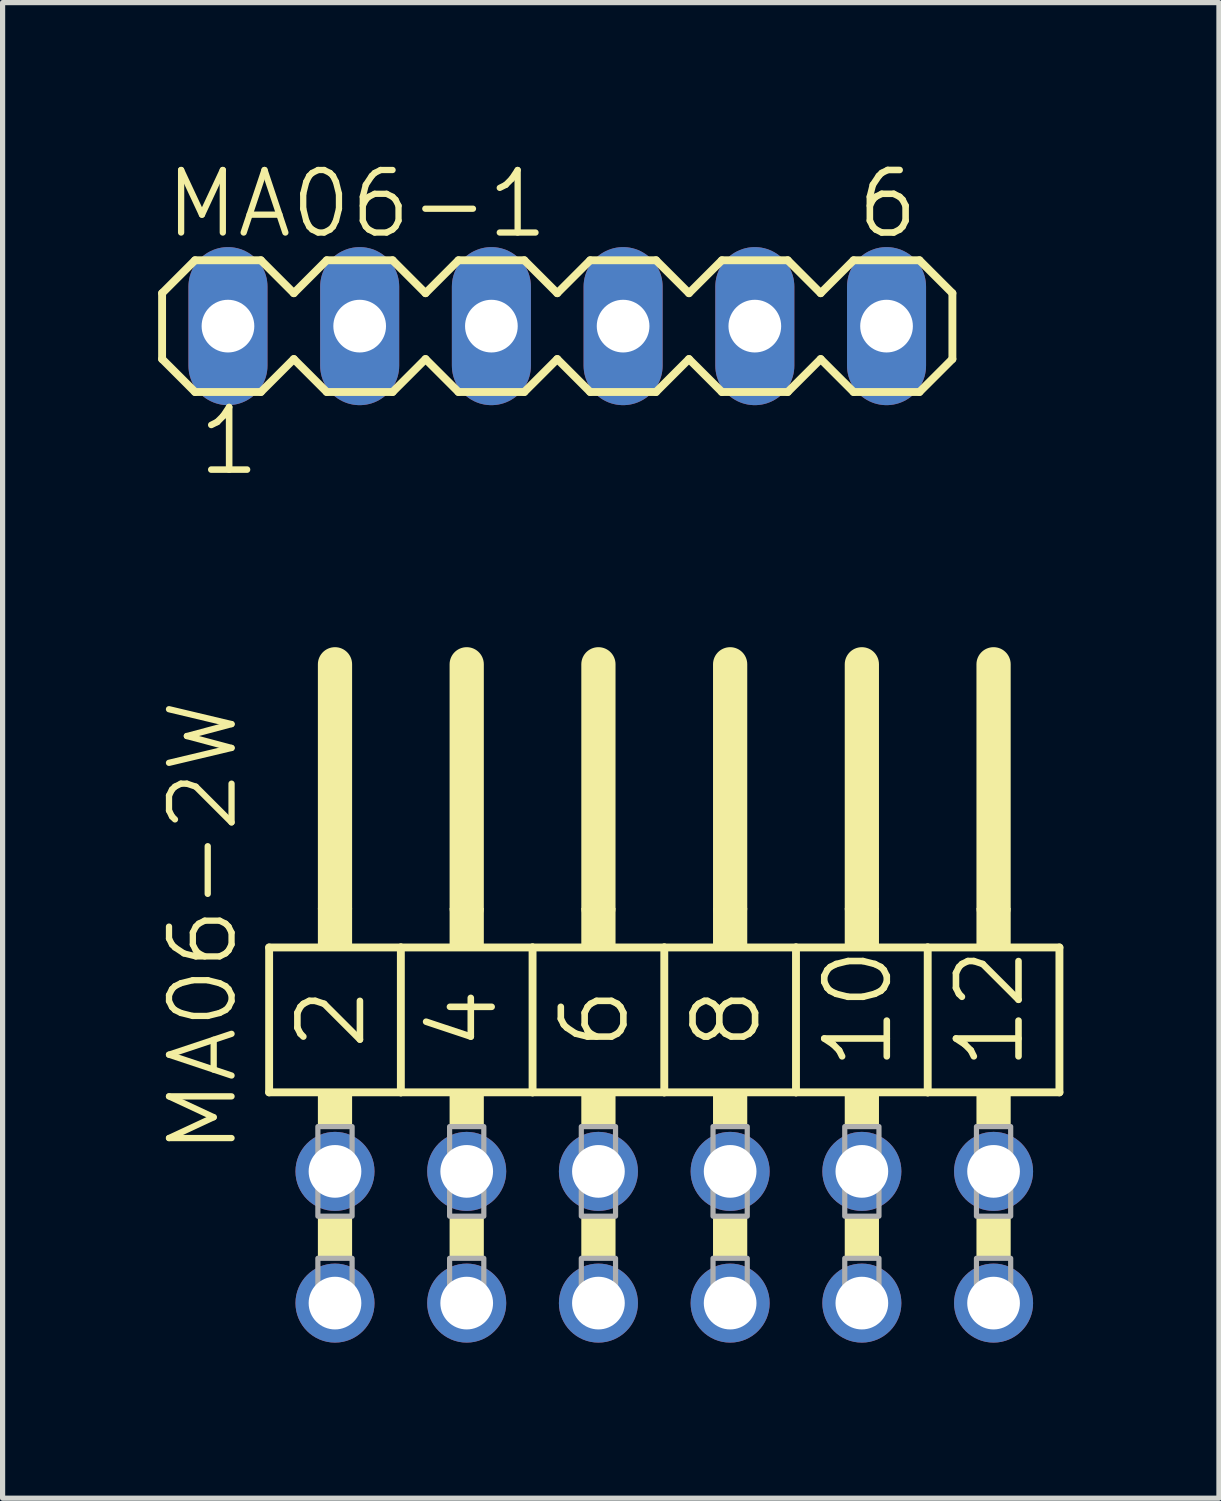
<source format=kicad_pcb>
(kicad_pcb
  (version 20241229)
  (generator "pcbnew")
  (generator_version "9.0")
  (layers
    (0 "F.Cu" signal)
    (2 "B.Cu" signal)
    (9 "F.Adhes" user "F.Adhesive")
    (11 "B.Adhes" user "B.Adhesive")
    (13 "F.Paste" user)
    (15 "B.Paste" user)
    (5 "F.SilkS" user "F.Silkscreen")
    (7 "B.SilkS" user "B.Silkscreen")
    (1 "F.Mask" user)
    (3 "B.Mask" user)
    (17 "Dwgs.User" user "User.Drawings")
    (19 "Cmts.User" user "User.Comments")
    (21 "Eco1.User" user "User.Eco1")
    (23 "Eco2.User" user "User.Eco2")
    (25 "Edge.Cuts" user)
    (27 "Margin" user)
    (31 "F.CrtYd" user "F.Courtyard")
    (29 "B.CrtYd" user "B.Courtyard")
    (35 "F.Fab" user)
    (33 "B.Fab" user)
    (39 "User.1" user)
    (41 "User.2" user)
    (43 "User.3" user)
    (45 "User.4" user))
  (footprint "MA06-1"
    (layer "F.Cu")
    (at 7.696 3.239)
    (property "Reference" "MA06-1" (at -7.62 -1.651 180) (layer "F.SilkS") (effects (font (size 1.206 1.206) (thickness 0.121)) (justify left bottom)))
    (attr through_hole)
    (fp_line (start -7.62 -0.635) (end -7.62 0.635) (stroke (width 0.152) (type solid)) (layer "F.SilkS"))
    (fp_line (start -7.62 0.635) (end -6.985 1.27) (stroke (width 0.152) (type solid)) (layer "F.SilkS"))
    (fp_line (start -6.985 -1.27) (end -7.62 -0.635) (stroke (width 0.152) (type solid)) (layer "F.SilkS"))
    (fp_line (start -6.985 -1.27) (end -5.715 -1.27) (stroke (width 0.152) (type solid)) (layer "F.SilkS"))
    (fp_line (start -5.715 -1.27) (end -5.08 -0.635) (stroke (width 0.152) (type solid)) (layer "F.SilkS"))
    (fp_line (start -5.715 1.27) (end -6.985 1.27) (stroke (width 0.152) (type solid)) (layer "F.SilkS"))
    (fp_line (start -5.08 -0.635) (end -4.445 -1.27) (stroke (width 0.152) (type solid)) (layer "F.SilkS"))
    (fp_line (start -5.08 0.635) (end -5.715 1.27) (stroke (width 0.152) (type solid)) (layer "F.SilkS"))
    (fp_line (start -4.445 -1.27) (end -3.175 -1.27) (stroke (width 0.152) (type solid)) (layer "F.SilkS"))
    (fp_line (start -4.445 1.27) (end -5.08 0.635) (stroke (width 0.152) (type solid)) (layer "F.SilkS"))
    (fp_line (start -3.175 -1.27) (end -2.54 -0.635) (stroke (width 0.152) (type solid)) (layer "F.SilkS"))
    (fp_line (start -3.175 1.27) (end -4.445 1.27) (stroke (width 0.152) (type solid)) (layer "F.SilkS"))
    (fp_line (start -2.54 -0.635) (end -1.905 -1.27) (stroke (width 0.152) (type solid)) (layer "F.SilkS"))
    (fp_line (start -2.54 0.635) (end -3.175 1.27) (stroke (width 0.152) (type solid)) (layer "F.SilkS"))
    (fp_line (start -1.905 -1.27) (end -0.635 -1.27) (stroke (width 0.152) (type solid)) (layer "F.SilkS"))
    (fp_line (start -1.905 1.27) (end -2.54 0.635) (stroke (width 0.152) (type solid)) (layer "F.SilkS"))
    (fp_line (start -0.635 -1.27) (end 0 -0.635) (stroke (width 0.152) (type solid)) (layer "F.SilkS"))
    (fp_line (start -0.635 1.27) (end -1.905 1.27) (stroke (width 0.152) (type solid)) (layer "F.SilkS"))
    (fp_line (start 0 0.635) (end -0.635 1.27) (stroke (width 0.152) (type solid)) (layer "F.SilkS"))
    (fp_line (start 0 0.635) (end 0.635 1.27) (stroke (width 0.152) (type solid)) (layer "F.SilkS"))
    (fp_line (start 0.635 -1.27) (end 0 -0.635) (stroke (width 0.152) (type solid)) (layer "F.SilkS"))
    (fp_line (start 0.635 -1.27) (end 1.905 -1.27) (stroke (width 0.152) (type solid)) (layer "F.SilkS"))
    (fp_line (start 1.905 -1.27) (end 2.54 -0.635) (stroke (width 0.152) (type solid)) (layer "F.SilkS"))
    (fp_line (start 1.905 1.27) (end 0.635 1.27) (stroke (width 0.152) (type solid)) (layer "F.SilkS"))
    (fp_line (start 2.54 -0.635) (end 3.175 -1.27) (stroke (width 0.152) (type solid)) (layer "F.SilkS"))
    (fp_line (start 2.54 0.635) (end 1.905 1.27) (stroke (width 0.152) (type solid)) (layer "F.SilkS"))
    (fp_line (start 3.175 -1.27) (end 4.445 -1.27) (stroke (width 0.152) (type solid)) (layer "F.SilkS"))
    (fp_line (start 3.175 1.27) (end 2.54 0.635) (stroke (width 0.152) (type solid)) (layer "F.SilkS"))
    (fp_line (start 4.445 -1.27) (end 5.08 -0.635) (stroke (width 0.152) (type solid)) (layer "F.SilkS"))
    (fp_line (start 4.445 1.27) (end 3.175 1.27) (stroke (width 0.152) (type solid)) (layer "F.SilkS"))
    (fp_line (start 5.08 -0.635) (end 5.715 -1.27) (stroke (width 0.152) (type solid)) (layer "F.SilkS"))
    (fp_line (start 5.08 0.635) (end 4.445 1.27) (stroke (width 0.152) (type solid)) (layer "F.SilkS"))
    (fp_line (start 5.715 -1.27) (end 6.985 -1.27) (stroke (width 0.152) (type solid)) (layer "F.SilkS"))
    (fp_line (start 5.715 1.27) (end 5.08 0.635) (stroke (width 0.152) (type solid)) (layer "F.SilkS"))
    (fp_line (start 6.985 -1.27) (end 7.62 -0.635) (stroke (width 0.152) (type solid)) (layer "F.SilkS"))
    (fp_line (start 6.985 1.27) (end 5.715 1.27) (stroke (width 0.152) (type solid)) (layer "F.SilkS"))
    (fp_line (start 7.62 -0.635) (end 7.62 0.635) (stroke (width 0.152) (type solid)) (layer "F.SilkS"))
    (fp_line (start 7.62 0.635) (end 6.985 1.27) (stroke (width 0.152) (type solid)) (layer "F.SilkS"))
    (fp_poly (pts (xy -6.604 0.254) (xy -6.096 0.254) (xy -6.096 -0.254) (xy -6.604 -0.254)) (stroke (width 0.1) (type solid)) (fill no) (layer "F.Fab"))
    (fp_poly (pts (xy -4.064 0.254) (xy -3.556 0.254) (xy -3.556 -0.254) (xy -4.064 -0.254)) (stroke (width 0.1) (type solid)) (fill no) (layer "F.Fab"))
    (fp_poly (pts (xy -1.524 0.254) (xy -1.016 0.254) (xy -1.016 -0.254) (xy -1.524 -0.254)) (stroke (width 0.1) (type solid)) (fill no) (layer "F.Fab"))
    (fp_poly (pts (xy 1.016 0.254) (xy 1.524 0.254) (xy 1.524 -0.254) (xy 1.016 -0.254)) (stroke (width 0.1) (type solid)) (fill no) (layer "F.Fab"))
    (fp_poly (pts (xy 3.556 0.254) (xy 4.064 0.254) (xy 4.064 -0.254) (xy 3.556 -0.254)) (stroke (width 0.1) (type solid)) (fill no) (layer "F.Fab"))
    (fp_poly (pts (xy 6.096 0.254) (xy 6.604 0.254) (xy 6.604 -0.254) (xy 6.096 -0.254)) (stroke (width 0.1) (type solid)) (fill no) (layer "F.Fab"))
    (fp_text user "1" (at -6.985 2.921 0) (layer "F.SilkS") (effects (font (size 1.206 1.206) (thickness 0.127)) (justify left bottom)))
    (fp_text user "6" (at 5.715 -1.651 0) (layer "F.SilkS") (effects (font (size 1.206 1.206) (thickness 0.127)) (justify left bottom)))
    (pad "1" thru_hole oval (at -6.35 0 90) (size 3.048 1.524) (drill 1.016) (layers "*.Cu" "*.Mask"))
    (pad "2" thru_hole oval (at -3.81 0 90) (size 3.048 1.524) (drill 1.016) (layers "*.Cu" "*.Mask"))
    (pad "3" thru_hole oval (at -1.27 0 90) (size 3.048 1.524) (drill 1.016) (layers "*.Cu" "*.Mask"))
    (pad "4" thru_hole oval (at 1.27 0 90) (size 3.048 1.524) (drill 1.016) (layers "*.Cu" "*.Mask"))
    (pad "5" thru_hole oval (at 3.81 0 90) (size 3.048 1.524) (drill 1.016) (layers "*.Cu" "*.Mask"))
    (pad "6" thru_hole oval (at 6.35 0 90) (size 3.048 1.524) (drill 1.016) (layers "*.Cu" "*.Mask")))
  (footprint "MA06-2W"
    (layer "F.Cu")
    (at 9.76 20.809)
    (property "Reference" "MA06-2W" (at -8.191 -1.546 90) (layer "F.SilkS") (effects (font (size 1.206 1.206) (thickness 0.121)) (justify left bottom)))
    (attr through_hole)
    (fp_line (start -7.62 -5.588) (end -5.08 -5.588) (stroke (width 0.152) (type solid)) (layer "F.SilkS"))
    (fp_line (start -7.62 -2.794) (end -7.62 -5.588) (stroke (width 0.152) (type solid)) (layer "F.SilkS"))
    (fp_line (start -6.35 -6.35) (end -6.35 -11.049) (stroke (width 0.66) (type solid)) (layer "F.SilkS"))
    (fp_line (start -5.08 -5.588) (end -2.54 -5.588) (stroke (width 0.152) (type solid)) (layer "F.SilkS"))
    (fp_line (start -5.08 -2.794) (end -7.62 -2.794) (stroke (width 0.152) (type solid)) (layer "F.SilkS"))
    (fp_line (start -5.08 -2.794) (end -5.08 -5.588) (stroke (width 0.152) (type solid)) (layer "F.SilkS"))
    (fp_line (start -5.08 -2.794) (end -2.54 -2.794) (stroke (width 0.152) (type solid)) (layer "F.SilkS"))
    (fp_line (start -3.81 -6.35) (end -3.81 -11.049) (stroke (width 0.66) (type solid)) (layer "F.SilkS"))
    (fp_line (start -2.54 -5.588) (end 0 -5.588) (stroke (width 0.152) (type solid)) (layer "F.SilkS"))
    (fp_line (start -2.54 -2.794) (end -2.54 -5.588) (stroke (width 0.152) (type solid)) (layer "F.SilkS"))
    (fp_line (start -1.27 -6.35) (end -1.27 -11.049) (stroke (width 0.66) (type solid)) (layer "F.SilkS"))
    (fp_line (start 0 -5.588) (end 2.54 -5.588) (stroke (width 0.152) (type solid)) (layer "F.SilkS"))
    (fp_line (start 0 -2.794) (end -2.54 -2.794) (stroke (width 0.152) (type solid)) (layer "F.SilkS"))
    (fp_line (start 0 -2.794) (end 0 -5.588) (stroke (width 0.152) (type solid)) (layer "F.SilkS"))
    (fp_line (start 1.27 -6.35) (end 1.27 -11.049) (stroke (width 0.66) (type solid)) (layer "F.SilkS"))
    (fp_line (start 2.54 -5.588) (end 5.08 -5.588) (stroke (width 0.152) (type solid)) (layer "F.SilkS"))
    (fp_line (start 2.54 -2.794) (end 0 -2.794) (stroke (width 0.152) (type solid)) (layer "F.SilkS"))
    (fp_line (start 2.54 -2.794) (end 2.54 -5.588) (stroke (width 0.152) (type solid)) (layer "F.SilkS"))
    (fp_line (start 3.81 -6.35) (end 3.81 -11.049) (stroke (width 0.66) (type solid)) (layer "F.SilkS"))
    (fp_line (start 5.08 -5.588) (end 7.62 -5.588) (stroke (width 0.152) (type solid)) (layer "F.SilkS"))
    (fp_line (start 5.08 -2.794) (end 2.54 -2.794) (stroke (width 0.152) (type solid)) (layer "F.SilkS"))
    (fp_line (start 5.08 -2.794) (end 5.08 -5.588) (stroke (width 0.152) (type solid)) (layer "F.SilkS"))
    (fp_line (start 6.35 -6.35) (end 6.35 -11.049) (stroke (width 0.66) (type solid)) (layer "F.SilkS"))
    (fp_line (start 7.62 -2.794) (end 5.08 -2.794) (stroke (width 0.152) (type solid)) (layer "F.SilkS"))
    (fp_line (start 7.62 -2.794) (end 7.62 -5.588) (stroke (width 0.152) (type solid)) (layer "F.SilkS"))
    (fp_poly (pts (xy -6.68 -5.588) (xy -6.02 -5.588) (xy -6.02 -6.35) (xy -6.68 -6.35)) (stroke (width 0) (type solid)) (fill yes) (layer "F.SilkS"))
    (fp_poly (pts (xy -6.68 -2.134) (xy -6.02 -2.134) (xy -6.02 -2.794) (xy -6.68 -2.794)) (stroke (width 0) (type solid)) (fill yes) (layer "F.SilkS"))
    (fp_poly (pts (xy -6.68 0.406) (xy -6.02 0.406) (xy -6.02 -0.406) (xy -6.68 -0.406)) (stroke (width 0) (type solid)) (fill yes) (layer "F.SilkS"))
    (fp_poly (pts (xy -4.14 -5.588) (xy -3.48 -5.588) (xy -3.48 -6.35) (xy -4.14 -6.35)) (stroke (width 0) (type solid)) (fill yes) (layer "F.SilkS"))
    (fp_poly (pts (xy -4.14 -2.134) (xy -3.48 -2.134) (xy -3.48 -2.794) (xy -4.14 -2.794)) (stroke (width 0) (type solid)) (fill yes) (layer "F.SilkS"))
    (fp_poly (pts (xy -4.14 0.406) (xy -3.48 0.406) (xy -3.48 -0.406) (xy -4.14 -0.406)) (stroke (width 0) (type solid)) (fill yes) (layer "F.SilkS"))
    (fp_poly (pts (xy -1.6 -5.588) (xy -0.94 -5.588) (xy -0.94 -6.35) (xy -1.6 -6.35)) (stroke (width 0) (type solid)) (fill yes) (layer "F.SilkS"))
    (fp_poly (pts (xy -1.6 -2.134) (xy -0.94 -2.134) (xy -0.94 -2.794) (xy -1.6 -2.794)) (stroke (width 0) (type solid)) (fill yes) (layer "F.SilkS"))
    (fp_poly (pts (xy -1.6 0.406) (xy -0.94 0.406) (xy -0.94 -0.406) (xy -1.6 -0.406)) (stroke (width 0) (type solid)) (fill yes) (layer "F.SilkS"))
    (fp_poly (pts (xy 0.94 -5.588) (xy 1.6 -5.588) (xy 1.6 -6.35) (xy 0.94 -6.35)) (stroke (width 0) (type solid)) (fill yes) (layer "F.SilkS"))
    (fp_poly (pts (xy 0.94 -2.134) (xy 1.6 -2.134) (xy 1.6 -2.794) (xy 0.94 -2.794)) (stroke (width 0) (type solid)) (fill yes) (layer "F.SilkS"))
    (fp_poly (pts (xy 0.94 0.406) (xy 1.6 0.406) (xy 1.6 -0.406) (xy 0.94 -0.406)) (stroke (width 0) (type solid)) (fill yes) (layer "F.SilkS"))
    (fp_poly (pts (xy 3.48 -5.588) (xy 4.14 -5.588) (xy 4.14 -6.35) (xy 3.48 -6.35)) (stroke (width 0) (type solid)) (fill yes) (layer "F.SilkS"))
    (fp_poly (pts (xy 3.48 -2.134) (xy 4.14 -2.134) (xy 4.14 -2.794) (xy 3.48 -2.794)) (stroke (width 0) (type solid)) (fill yes) (layer "F.SilkS"))
    (fp_poly (pts (xy 3.48 0.406) (xy 4.14 0.406) (xy 4.14 -0.406) (xy 3.48 -0.406)) (stroke (width 0) (type solid)) (fill yes) (layer "F.SilkS"))
    (fp_poly (pts (xy 6.02 -5.588) (xy 6.68 -5.588) (xy 6.68 -6.35) (xy 6.02 -6.35)) (stroke (width 0) (type solid)) (fill yes) (layer "F.SilkS"))
    (fp_poly (pts (xy 6.02 -2.134) (xy 6.68 -2.134) (xy 6.68 -2.794) (xy 6.02 -2.794)) (stroke (width 0) (type solid)) (fill yes) (layer "F.SilkS"))
    (fp_poly (pts (xy 6.02 0.406) (xy 6.68 0.406) (xy 6.68 -0.406) (xy 6.02 -0.406)) (stroke (width 0) (type solid)) (fill yes) (layer "F.SilkS"))
    (fp_poly (pts (xy -6.68 -0.406) (xy -6.02 -0.406) (xy -6.02 -2.134) (xy -6.68 -2.134)) (stroke (width 0.1) (type solid)) (fill no) (layer "F.Fab"))
    (fp_poly (pts (xy -6.68 1.575) (xy -6.02 1.575) (xy -6.02 0.406) (xy -6.68 0.406)) (stroke (width 0.1) (type solid)) (fill no) (layer "F.Fab"))
    (fp_poly (pts (xy -4.14 -0.406) (xy -3.48 -0.406) (xy -3.48 -2.134) (xy -4.14 -2.134)) (stroke (width 0.1) (type solid)) (fill no) (layer "F.Fab"))
    (fp_poly (pts (xy -4.14 1.575) (xy -3.48 1.575) (xy -3.48 0.406) (xy -4.14 0.406)) (stroke (width 0.1) (type solid)) (fill no) (layer "F.Fab"))
    (fp_poly (pts (xy -1.6 -0.406) (xy -0.94 -0.406) (xy -0.94 -2.134) (xy -1.6 -2.134)) (stroke (width 0.1) (type solid)) (fill no) (layer "F.Fab"))
    (fp_poly (pts (xy -1.6 1.575) (xy -0.94 1.575) (xy -0.94 0.406) (xy -1.6 0.406)) (stroke (width 0.1) (type solid)) (fill no) (layer "F.Fab"))
    (fp_poly (pts (xy 0.94 -0.406) (xy 1.6 -0.406) (xy 1.6 -2.134) (xy 0.94 -2.134)) (stroke (width 0.1) (type solid)) (fill no) (layer "F.Fab"))
    (fp_poly (pts (xy 0.94 1.575) (xy 1.6 1.575) (xy 1.6 0.406) (xy 0.94 0.406)) (stroke (width 0.1) (type solid)) (fill no) (layer "F.Fab"))
    (fp_poly (pts (xy 3.48 -0.406) (xy 4.14 -0.406) (xy 4.14 -2.134) (xy 3.48 -2.134)) (stroke (width 0.1) (type solid)) (fill no) (layer "F.Fab"))
    (fp_poly (pts (xy 3.48 1.575) (xy 4.14 1.575) (xy 4.14 0.406) (xy 3.48 0.406)) (stroke (width 0.1) (type solid)) (fill no) (layer "F.Fab"))
    (fp_poly (pts (xy 6.02 -0.406) (xy 6.68 -0.406) (xy 6.68 -2.134) (xy 6.02 -2.134)) (stroke (width 0.1) (type solid)) (fill no) (layer "F.Fab"))
    (fp_poly (pts (xy 6.02 1.575) (xy 6.68 1.575) (xy 6.68 0.406) (xy 6.02 0.406)) (stroke (width 0.1) (type solid)) (fill no) (layer "F.Fab"))
    (fp_text user "4" (at -3.175 -3.556 90) (layer "F.SilkS") (effects (font (size 1.206 1.206) (thickness 0.127)) (justify left bottom)))
    (fp_text user "6" (at -0.635 -3.556 90) (layer "F.SilkS") (effects (font (size 1.206 1.206) (thickness 0.127)) (justify left bottom)))
    (fp_text user "12" (at 6.985 -3.175 90) (layer "F.SilkS") (effects (font (size 1.206 1.206) (thickness 0.127)) (justify left bottom)))
    (fp_text user "2" (at -5.715 -3.556 90) (layer "F.SilkS") (effects (font (size 1.206 1.206) (thickness 0.127)) (justify left bottom)))
    (fp_text user "10" (at 4.445 -3.175 90) (layer "F.SilkS") (effects (font (size 1.206 1.206) (thickness 0.127)) (justify left bottom)))
    (fp_text user "8" (at 1.905 -3.556 90) (layer "F.SilkS") (effects (font (size 1.206 1.206) (thickness 0.127)) (justify left bottom)))
    (pad "1" thru_hole circle (at -6.35 1.27) (size 1.524 1.524) (drill 1.016) (layers "*.Cu" "*.Mask"))
    (pad "2" thru_hole circle (at -6.35 -1.27) (size 1.524 1.524) (drill 1.016) (layers "*.Cu" "*.Mask"))
    (pad "3" thru_hole circle (at -3.81 1.27) (size 1.524 1.524) (drill 1.016) (layers "*.Cu" "*.Mask"))
    (pad "4" thru_hole circle (at -3.81 -1.27) (size 1.524 1.524) (drill 1.016) (layers "*.Cu" "*.Mask"))
    (pad "5" thru_hole circle (at -1.27 1.27) (size 1.524 1.524) (drill 1.016) (layers "*.Cu" "*.Mask"))
    (pad "6" thru_hole circle (at -1.27 -1.27) (size 1.524 1.524) (drill 1.016) (layers "*.Cu" "*.Mask"))
    (pad "7" thru_hole circle (at 1.27 1.27) (size 1.524 1.524) (drill 1.016) (layers "*.Cu" "*.Mask"))
    (pad "8" thru_hole circle (at 1.27 -1.27) (size 1.524 1.524) (drill 1.016) (layers "*.Cu" "*.Mask"))
    (pad "9" thru_hole circle (at 3.81 1.27) (size 1.524 1.524) (drill 1.016) (layers "*.Cu" "*.Mask"))
    (pad "10" thru_hole circle (at 3.81 -1.27) (size 1.524 1.524) (drill 1.016) (layers "*.Cu" "*.Mask"))
    (pad "11" thru_hole circle (at 6.35 1.27) (size 1.524 1.524) (drill 1.016) (layers "*.Cu" "*.Mask"))
    (pad "12" thru_hole circle (at 6.35 -1.27) (size 1.524 1.524) (drill 1.016) (layers "*.Cu" "*.Mask")))
  (gr_rect
    (start -3 -3)
    (end 20.456 25.841)
    (stroke (width 0.1) (type default))
    (fill no)
    (layer "Edge.Cuts")))
</source>
